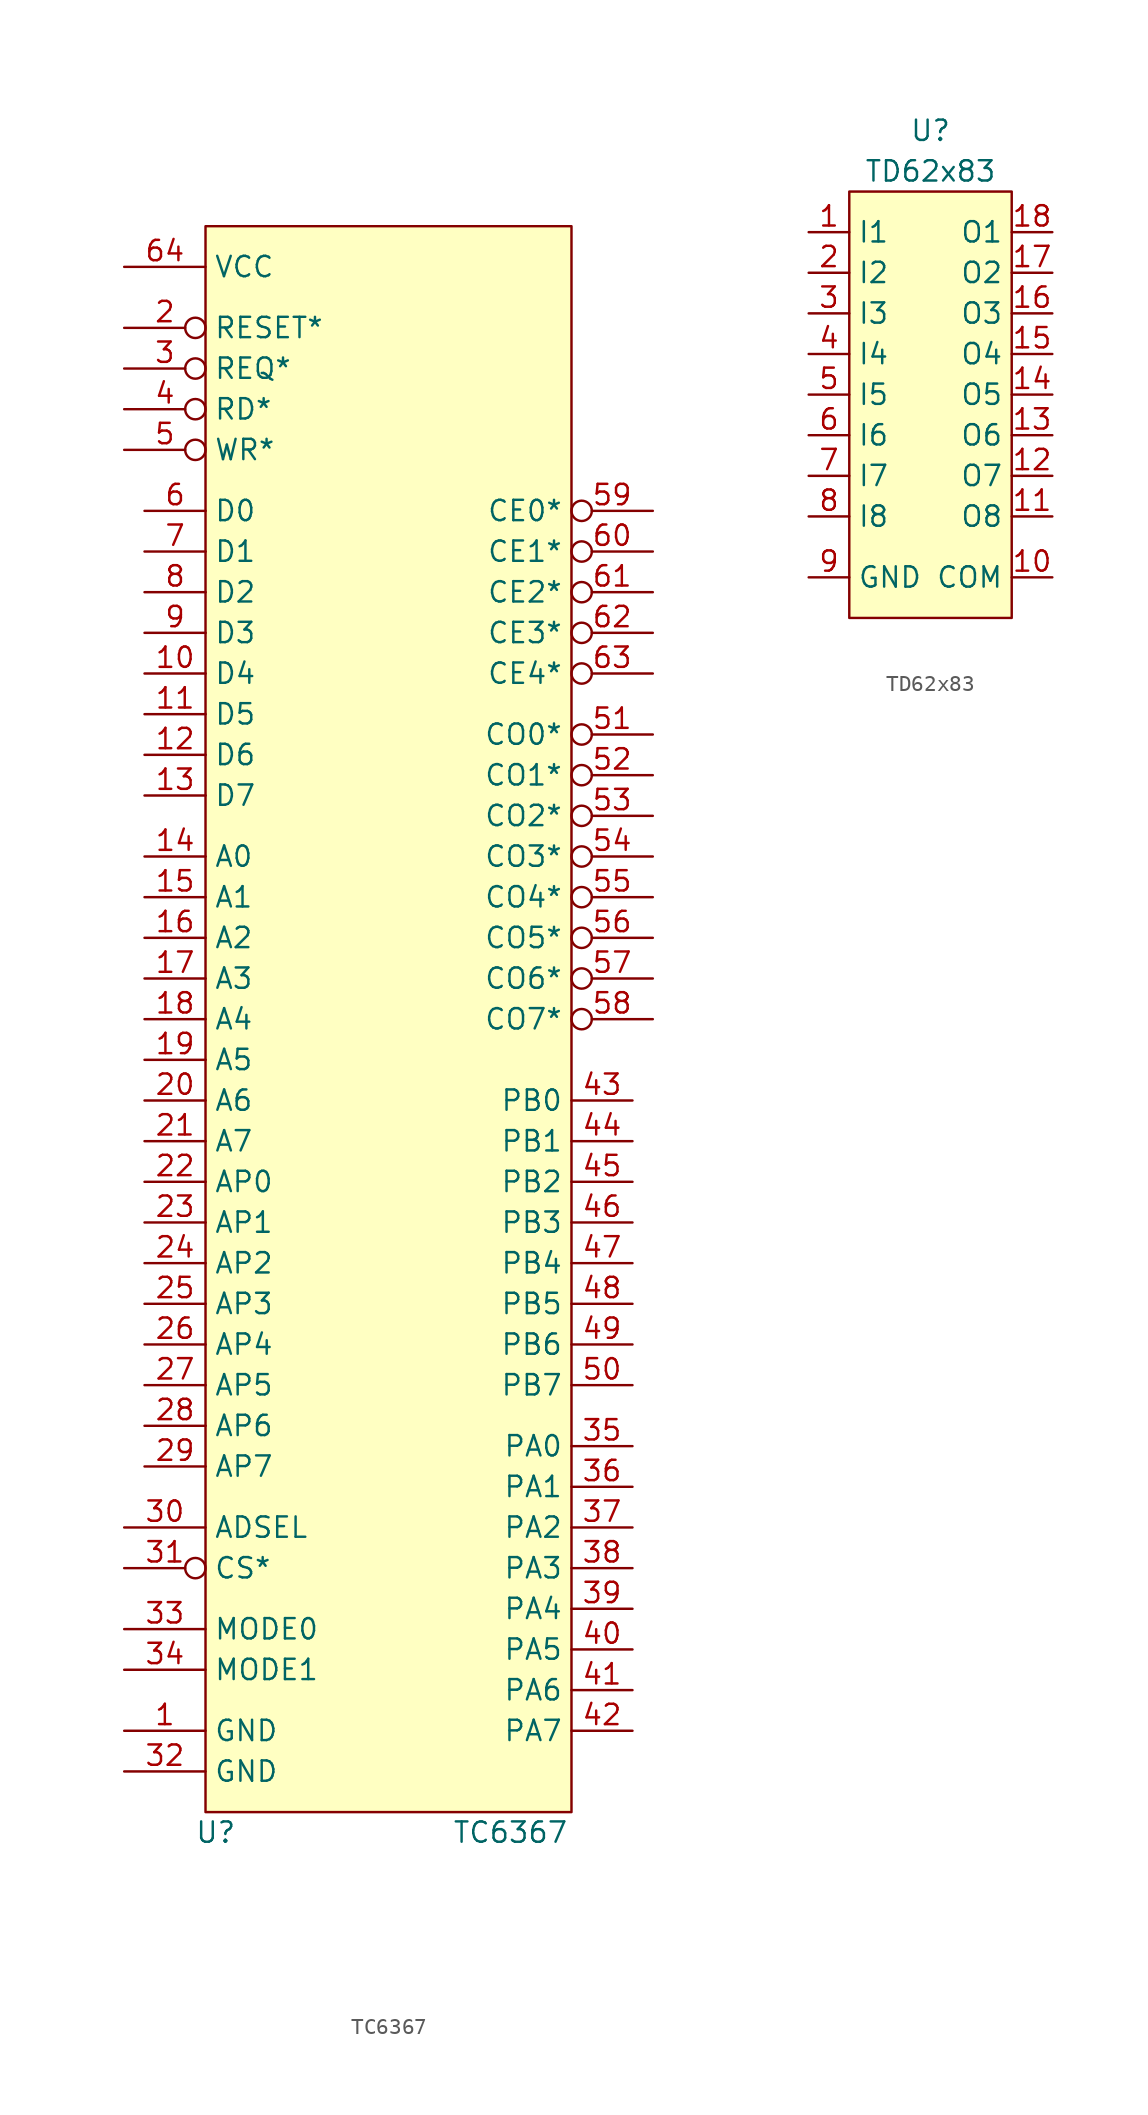
<source format=kicad_sym>
(kicad_symbol_lib
  (version 20211014)
  (generator kicad_symbol_editor)
  (symbol "TC6367"
    (property "Reference" "U"
      (at -10.795 -49.53 0)
      (effects (font (size 1.27 1.27))))
    (property "Value" "TC6367"
      (at 7.62 -49.53 0)
      (effects (font (size 1.27 1.27))))
    (symbol "TC6367_0_1"
      (rectangle (start -11.43 50.8) (end 11.43 -48.26) (stroke (width 0) (type default) (color 0 0 0 0)) (fill (type background))))
    (symbol "TC6367_1_1"
      (pin power_in line (at -16.51 -43.18 0) (length 5.08) (name "GND" (effects (font (size 1.27 1.27)))) (number "1" (effects (font (size 1.27 1.27)))))
      (pin input line (at -15.24 22.86 0) (length 3.82) (name "D4" (effects (font (size 1.27 1.27)))) (number "10" (effects (font (size 1.27 1.27)))))
      (pin input line (at -15.24 20.32 0) (length 3.82) (name "D5" (effects (font (size 1.27 1.27)))) (number "11" (effects (font (size 1.27 1.27)))))
      (pin input line (at -15.24 17.78 0) (length 3.82) (name "D6" (effects (font (size 1.27 1.27)))) (number "12" (effects (font (size 1.27 1.27)))))
      (pin input line (at -15.24 15.24 0) (length 3.82) (name "D7" (effects (font (size 1.27 1.27)))) (number "13" (effects (font (size 1.27 1.27)))))
      (pin input line (at -15.24 11.43 0) (length 3.82) (name "A0" (effects (font (size 1.27 1.27)))) (number "14" (effects (font (size 1.27 1.27)))))
      (pin input line (at -15.24 8.89 0) (length 3.82) (name "A1" (effects (font (size 1.27 1.27)))) (number "15" (effects (font (size 1.27 1.27)))))
      (pin input line (at -15.24 6.35 0) (length 3.82) (name "A2" (effects (font (size 1.27 1.27)))) (number "16" (effects (font (size 1.27 1.27)))))
      (pin input line (at -15.24 3.81 0) (length 3.82) (name "A3" (effects (font (size 1.27 1.27)))) (number "17" (effects (font (size 1.27 1.27)))))
      (pin input line (at -15.24 1.27 0) (length 3.82) (name "A4" (effects (font (size 1.27 1.27)))) (number "18" (effects (font (size 1.27 1.27)))))
      (pin input line (at -15.24 -1.27 0) (length 3.82) (name "A5" (effects (font (size 1.27 1.27)))) (number "19" (effects (font (size 1.27 1.27)))))
      (pin input inverted (at -16.51 44.45 0) (length 5.08) (name "RESET*" (effects (font (size 1.27 1.27)))) (number "2" (effects (font (size 1.27 1.27)))))
      (pin input line (at -15.24 -3.81 0) (length 3.82) (name "A6" (effects (font (size 1.27 1.27)))) (number "20" (effects (font (size 1.27 1.27)))))
      (pin input line (at -15.24 -6.35 0) (length 3.82) (name "A7" (effects (font (size 1.27 1.27)))) (number "21" (effects (font (size 1.27 1.27)))))
      (pin input line (at -15.24 -8.89 0) (length 3.82) (name "AP0" (effects (font (size 1.27 1.27)))) (number "22" (effects (font (size 1.27 1.27)))))
      (pin input line (at -15.24 -11.43 0) (length 3.82) (name "AP1" (effects (font (size 1.27 1.27)))) (number "23" (effects (font (size 1.27 1.27)))))
      (pin input line (at -15.24 -13.97 0) (length 3.82) (name "AP2" (effects (font (size 1.27 1.27)))) (number "24" (effects (font (size 1.27 1.27)))))
      (pin input line (at -15.24 -16.51 0) (length 3.82) (name "AP3" (effects (font (size 1.27 1.27)))) (number "25" (effects (font (size 1.27 1.27)))))
      (pin input line (at -15.24 -19.05 0) (length 3.82) (name "AP4" (effects (font (size 1.27 1.27)))) (number "26" (effects (font (size 1.27 1.27)))))
      (pin input line (at -15.24 -21.59 0) (length 3.82) (name "AP5" (effects (font (size 1.27 1.27)))) (number "27" (effects (font (size 1.27 1.27)))))
      (pin input line (at -15.24 -24.13 0) (length 3.82) (name "AP6" (effects (font (size 1.27 1.27)))) (number "28" (effects (font (size 1.27 1.27)))))
      (pin input line (at -15.24 -26.67 0) (length 3.82) (name "AP7" (effects (font (size 1.27 1.27)))) (number "29" (effects (font (size 1.27 1.27)))))
      (pin input inverted (at -16.51 41.91 0) (length 5.08) (name "REQ*" (effects (font (size 1.27 1.27)))) (number "3" (effects (font (size 1.27 1.27)))))
      (pin input line (at -16.51 -30.48 0) (length 5.08) (name "ADSEL" (effects (font (size 1.27 1.27)))) (number "30" (effects (font (size 1.27 1.27)))))
      (pin input inverted (at -16.51 -33.02 0) (length 5.08) (name "CS*" (effects (font (size 1.27 1.27)))) (number "31" (effects (font (size 1.27 1.27)))))
      (pin power_in line (at -16.51 -45.72 0) (length 5.08) (name "GND" (effects (font (size 1.27 1.27)))) (number "32" (effects (font (size 1.27 1.27)))))
      (pin input line (at -16.51 -36.83 0) (length 5.08) (name "MODE0" (effects (font (size 1.27 1.27)))) (number "33" (effects (font (size 1.27 1.27)))))
      (pin input line (at -16.51 -39.37 0) (length 5.08) (name "MODE1" (effects (font (size 1.27 1.27)))) (number "34" (effects (font (size 1.27 1.27)))))
      (pin input line (at 15.24 -25.4 180) (length 3.81) (name "PA0" (effects (font (size 1.27 1.27)))) (number "35" (effects (font (size 1.27 1.27)))))
      (pin input line (at 15.24 -27.94 180) (length 3.81) (name "PA1" (effects (font (size 1.27 1.27)))) (number "36" (effects (font (size 1.27 1.27)))))
      (pin input line (at 15.24 -30.48 180) (length 3.81) (name "PA2" (effects (font (size 1.27 1.27)))) (number "37" (effects (font (size 1.27 1.27)))))
      (pin input line (at 15.24 -33.02 180) (length 3.81) (name "PA3" (effects (font (size 1.27 1.27)))) (number "38" (effects (font (size 1.27 1.27)))))
      (pin input line (at 15.24 -35.56 180) (length 3.81) (name "PA4" (effects (font (size 1.27 1.27)))) (number "39" (effects (font (size 1.27 1.27)))))
      (pin input inverted (at -16.51 39.37 0) (length 5.08) (name "RD*" (effects (font (size 1.27 1.27)))) (number "4" (effects (font (size 1.27 1.27)))))
      (pin input line (at 15.24 -38.1 180) (length 3.81) (name "PA5" (effects (font (size 1.27 1.27)))) (number "40" (effects (font (size 1.27 1.27)))))
      (pin input line (at 15.24 -40.64 180) (length 3.81) (name "PA6" (effects (font (size 1.27 1.27)))) (number "41" (effects (font (size 1.27 1.27)))))
      (pin input line (at 15.24 -43.18 180) (length 3.81) (name "PA7" (effects (font (size 1.27 1.27)))) (number "42" (effects (font (size 1.27 1.27)))))
      (pin input line (at 15.24 -3.81 180) (length 3.81) (name "PB0" (effects (font (size 1.27 1.27)))) (number "43" (effects (font (size 1.27 1.27)))))
      (pin input line (at 15.24 -6.35 180) (length 3.81) (name "PB1" (effects (font (size 1.27 1.27)))) (number "44" (effects (font (size 1.27 1.27)))))
      (pin input line (at 15.24 -8.89 180) (length 3.81) (name "PB2" (effects (font (size 1.27 1.27)))) (number "45" (effects (font (size 1.27 1.27)))))
      (pin input line (at 15.24 -11.43 180) (length 3.81) (name "PB3" (effects (font (size 1.27 1.27)))) (number "46" (effects (font (size 1.27 1.27)))))
      (pin input line (at 15.24 -13.97 180) (length 3.81) (name "PB4" (effects (font (size 1.27 1.27)))) (number "47" (effects (font (size 1.27 1.27)))))
      (pin input line (at 15.24 -16.51 180) (length 3.81) (name "PB5" (effects (font (size 1.27 1.27)))) (number "48" (effects (font (size 1.27 1.27)))))
      (pin input line (at 15.24 -19.05 180) (length 3.81) (name "PB6" (effects (font (size 1.27 1.27)))) (number "49" (effects (font (size 1.27 1.27)))))
      (pin input inverted (at -16.51 36.83 0) (length 5.08) (name "WR*" (effects (font (size 1.27 1.27)))) (number "5" (effects (font (size 1.27 1.27)))))
      (pin input line (at 15.24 -21.59 180) (length 3.81) (name "PB7" (effects (font (size 1.27 1.27)))) (number "50" (effects (font (size 1.27 1.27)))))
      (pin input inverted (at 16.51 19.05 180) (length 5.08) (name "CO0*" (effects (font (size 1.27 1.27)))) (number "51" (effects (font (size 1.27 1.27)))))
      (pin input inverted (at 16.51 16.51 180) (length 5.08) (name "CO1*" (effects (font (size 1.27 1.27)))) (number "52" (effects (font (size 1.27 1.27)))))
      (pin input inverted (at 16.51 13.97 180) (length 5.08) (name "CO2*" (effects (font (size 1.27 1.27)))) (number "53" (effects (font (size 1.27 1.27)))))
      (pin input inverted (at 16.51 11.43 180) (length 5.08) (name "CO3*" (effects (font (size 1.27 1.27)))) (number "54" (effects (font (size 1.27 1.27)))))
      (pin input inverted (at 16.51 8.89 180) (length 5.08) (name "CO4*" (effects (font (size 1.27 1.27)))) (number "55" (effects (font (size 1.27 1.27)))))
      (pin input inverted (at 16.51 6.35 180) (length 5.08) (name "CO5*" (effects (font (size 1.27 1.27)))) (number "56" (effects (font (size 1.27 1.27)))))
      (pin input inverted (at 16.51 3.81 180) (length 5.08) (name "CO6*" (effects (font (size 1.27 1.27)))) (number "57" (effects (font (size 1.27 1.27)))))
      (pin input inverted (at 16.51 1.27 180) (length 5.08) (name "CO7*" (effects (font (size 1.27 1.27)))) (number "58" (effects (font (size 1.27 1.27)))))
      (pin input inverted (at 16.51 33.02 180) (length 5.08) (name "CE0*" (effects (font (size 1.27 1.27)))) (number "59" (effects (font (size 1.27 1.27)))))
      (pin input line (at -15.24 33.02 0) (length 3.82) (name "D0" (effects (font (size 1.27 1.27)))) (number "6" (effects (font (size 1.27 1.27)))))
      (pin input inverted (at 16.51 30.48 180) (length 5.08) (name "CE1*" (effects (font (size 1.27 1.27)))) (number "60" (effects (font (size 1.27 1.27)))))
      (pin input inverted (at 16.51 27.94 180) (length 5.08) (name "CE2*" (effects (font (size 1.27 1.27)))) (number "61" (effects (font (size 1.27 1.27)))))
      (pin input inverted (at 16.51 25.4 180) (length 5.08) (name "CE3*" (effects (font (size 1.27 1.27)))) (number "62" (effects (font (size 1.27 1.27)))))
      (pin input inverted (at 16.51 22.86 180) (length 5.08) (name "CE4*" (effects (font (size 1.27 1.27)))) (number "63" (effects (font (size 1.27 1.27)))))
      (pin power_in line (at -16.51 48.26 0) (length 5.08) (name "VCC" (effects (font (size 1.27 1.27)))) (number "64" (effects (font (size 1.27 1.27)))))
      (pin input line (at -15.24 30.48 0) (length 3.82) (name "D1" (effects (font (size 1.27 1.27)))) (number "7" (effects (font (size 1.27 1.27)))))
      (pin input line (at -15.24 27.94 0) (length 3.82) (name "D2" (effects (font (size 1.27 1.27)))) (number "8" (effects (font (size 1.27 1.27)))))
      (pin input line (at -15.24 25.4 0) (length 3.82) (name "D3" (effects (font (size 1.27 1.27)))) (number "9" (effects (font (size 1.27 1.27)))))))
  (symbol "TD62x83"
    (property "Reference" "U"
      (at 0 16.51 0)
      (effects (font (size 1.27 1.27))))
    (property "Value" "TD62x83"
      (at 0 13.97 0)
      (effects (font (size 1.27 1.27))))
    (symbol "TD62x83_0_1"
      (rectangle (start -5.08 12.7) (end 5.08 -13.97) (stroke (width 0) (type default) (color 0 0 0 0)) (fill (type background))))
    (symbol "TD62x83_1_1"
      (pin input line (at -7.62 10.16 0) (length 2.54) (name "I1" (effects (font (size 1.27 1.27)))) (number "1" (effects (font (size 1.27 1.27)))))
      (pin power_in line (at 7.62 -11.43 180) (length 2.54) (name "COM" (effects (font (size 1.27 1.27)))) (number "10" (effects (font (size 1.27 1.27)))))
      (pin output line (at 7.62 -7.62 180) (length 2.54) (name "O8" (effects (font (size 1.27 1.27)))) (number "11" (effects (font (size 1.27 1.27)))))
      (pin output line (at 7.62 -5.08 180) (length 2.54) (name "O7" (effects (font (size 1.27 1.27)))) (number "12" (effects (font (size 1.27 1.27)))))
      (pin output line (at 7.62 -2.54 180) (length 2.54) (name "O6" (effects (font (size 1.27 1.27)))) (number "13" (effects (font (size 1.27 1.27)))))
      (pin output line (at 7.62 0 180) (length 2.54) (name "O5" (effects (font (size 1.27 1.27)))) (number "14" (effects (font (size 1.27 1.27)))))
      (pin output line (at 7.62 2.54 180) (length 2.54) (name "O4" (effects (font (size 1.27 1.27)))) (number "15" (effects (font (size 1.27 1.27)))))
      (pin output line (at 7.62 5.08 180) (length 2.54) (name "O3" (effects (font (size 1.27 1.27)))) (number "16" (effects (font (size 1.27 1.27)))))
      (pin output line (at 7.62 7.62 180) (length 2.54) (name "O2" (effects (font (size 1.27 1.27)))) (number "17" (effects (font (size 1.27 1.27)))))
      (pin output line (at 7.62 10.16 180) (length 2.54) (name "O1" (effects (font (size 1.27 1.27)))) (number "18" (effects (font (size 1.27 1.27)))))
      (pin input line (at -7.62 7.62 0) (length 2.54) (name "I2" (effects (font (size 1.27 1.27)))) (number "2" (effects (font (size 1.27 1.27)))))
      (pin input line (at -7.62 5.08 0) (length 2.54) (name "I3" (effects (font (size 1.27 1.27)))) (number "3" (effects (font (size 1.27 1.27)))))
      (pin input line (at -7.62 2.54 0) (length 2.54) (name "I4" (effects (font (size 1.27 1.27)))) (number "4" (effects (font (size 1.27 1.27)))))
      (pin input line (at -7.62 0 0) (length 2.54) (name "I5" (effects (font (size 1.27 1.27)))) (number "5" (effects (font (size 1.27 1.27)))))
      (pin input line (at -7.62 -2.54 0) (length 2.54) (name "I6" (effects (font (size 1.27 1.27)))) (number "6" (effects (font (size 1.27 1.27)))))
      (pin input line (at -7.62 -5.08 0) (length 2.54) (name "I7" (effects (font (size 1.27 1.27)))) (number "7" (effects (font (size 1.27 1.27)))))
      (pin input line (at -7.62 -7.62 0) (length 2.54) (name "I8" (effects (font (size 1.27 1.27)))) (number "8" (effects (font (size 1.27 1.27)))))
      (pin power_in line (at -7.62 -11.43 0) (length 2.54) (name "GND" (effects (font (size 1.27 1.27)))) (number "9" (effects (font (size 1.27 1.27))))))))
</source>
